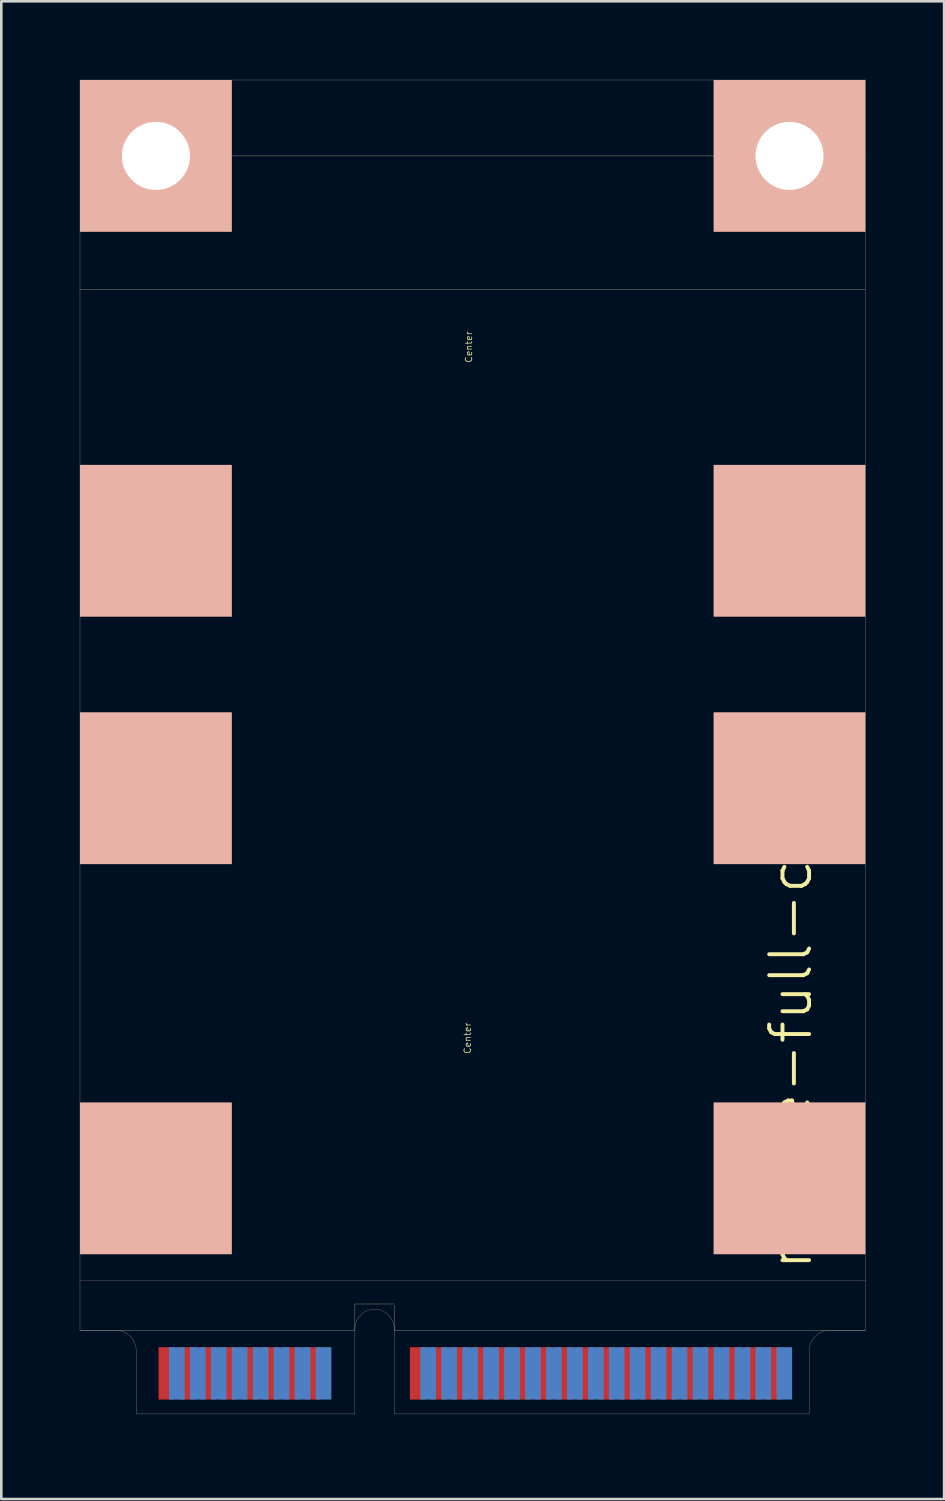
<source format=kicad_pcb>
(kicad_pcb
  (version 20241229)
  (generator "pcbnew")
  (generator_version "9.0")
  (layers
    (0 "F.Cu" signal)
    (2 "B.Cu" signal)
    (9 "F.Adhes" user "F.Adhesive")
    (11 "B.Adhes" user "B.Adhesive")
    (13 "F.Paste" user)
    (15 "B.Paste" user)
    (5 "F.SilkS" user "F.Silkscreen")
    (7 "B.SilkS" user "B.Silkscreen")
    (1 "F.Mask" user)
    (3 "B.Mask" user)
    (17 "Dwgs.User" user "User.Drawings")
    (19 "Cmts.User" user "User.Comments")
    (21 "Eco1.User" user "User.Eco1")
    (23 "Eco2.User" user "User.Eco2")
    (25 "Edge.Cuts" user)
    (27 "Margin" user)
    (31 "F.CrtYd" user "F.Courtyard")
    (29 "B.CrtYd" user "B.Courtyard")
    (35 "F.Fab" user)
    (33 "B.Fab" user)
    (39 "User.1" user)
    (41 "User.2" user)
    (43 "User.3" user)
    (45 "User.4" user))
  (footprint "mpcie-full-card"
    (layer "F.Cu")
    (at 15.005 50.955)
    (property "Reference" "mpcie-full-card" (at 12.15 -15.2 90) (layer "F.SilkS") (effects (font (size 1.524 1.524) (thickness 0.15))))
    (attr through_hole)
    (fp_line (start -15 -3.2) (end -4.5 -3.2) (stroke (width 0.01) (type solid)) (layer "F.SilkS"))
    (fp_line (start -4.5 -4.2) (end -3 -4.2) (stroke (width 0.01) (type solid)) (layer "F.SilkS"))
    (fp_line (start -4.5 -3.2) (end -4.5 -4.2) (stroke (width 0.01) (type solid)) (layer "F.SilkS"))
    (fp_line (start -3 -4.15) (end -3 -3.2) (stroke (width 0.01) (type solid)) (layer "F.SilkS"))
    (fp_line (start -3 -3.2) (end 15 -3.2) (stroke (width 0.01) (type solid)) (layer "F.SilkS"))
    (fp_line (start 15 -48.05) (end -15 -48.05) (stroke (width 0.01) (type solid)) (layer "F.SilkS"))
    (fp_line (start 15 -42.95) (end -15 -42.95) (stroke (width 0.01) (type solid)) (layer "F.SilkS"))
    (fp_line (start -15 -5.1) (end 15 -5.1) (stroke (width 0.01) (type solid)) (layer "B.SilkS"))
    (fp_line (start -3.75 -4.5) (end -3.75 -0.15) (stroke (width 0.01) (type solid)) (layer "Eco1.User"))
    (fp_line (start 0 0) (end 0 -50.95) (stroke (width 0.01) (type solid)) (layer "Eco1.User"))
    (fp_line (start 15 -3.2) (end 13.65 -3.2) (stroke (width 0.01) (type solid)) (layer "Eco2.User"))
    (fp_line (start -15 -50.95) (end -15 -3.2) (stroke (width 0.01) (type solid)) (layer "F.Fab"))
    (fp_line (start -13.65 -3.2) (end -15 -3.2) (stroke (width 0.01) (type solid)) (layer "F.Fab"))
    (fp_line (start -12.85 0) (end -12.85 -2.4) (stroke (width 0.01) (type solid)) (layer "F.Fab"))
    (fp_line (start -4.5 0) (end -12.85 0) (stroke (width 0.01) (type solid)) (layer "F.Fab"))
    (fp_line (start -4.5 0) (end -4.5 -3.25) (stroke (width 0.01) (type solid)) (layer "F.Fab"))
    (fp_line (start -3 0) (end -3 -3.25) (stroke (width 0.01) (type solid)) (layer "F.Fab"))
    (fp_line (start -3 0) (end 12.85 0) (stroke (width 0.01) (type solid)) (layer "F.Fab"))
    (fp_line (start 12.85 0) (end 12.85 -2.4) (stroke (width 0.01) (type solid)) (layer "F.Fab"))
    (fp_line (start 13.65 -3.2) (end 15 -3.2) (stroke (width 0.01) (type solid)) (layer "F.Fab"))
    (fp_line (start 15 -50.95) (end -15 -50.95) (stroke (width 0.01) (type solid)) (layer "F.Fab"))
    (fp_line (start 15 -3.2) (end 15 -50.95) (stroke (width 0.01) (type solid)) (layer "F.Fab"))
    (fp_arc (start -13.65 -3.2) (mid -13.084315 -2.965685) (end -12.85 -2.4) (stroke (width 0.01) (type solid)) (layer "F.Fab"))
    (fp_arc (start -4.5 -3.25) (mid -3.75 -4) (end -3 -3.25) (stroke (width 0.01) (type solid)) (layer "F.Fab"))
    (fp_arc (start 12.85 -2.4) (mid 13.084315 -2.965685) (end 13.65 -3.2) (stroke (width 0.01) (type solid)) (layer "F.Fab"))
    (fp_text user "Center" (at -0.15 -40.75 90) (layer "F.SilkS") (effects (font (size 0.25 0.25) (thickness 0.025))))
    (fp_text user "Center" (at -0.2 -14.35 90) (layer "F.SilkS") (effects (font (size 0.25 0.25) (thickness 0.025))))
    (pad "" np_thru_hole circle (at -12.1 -48.05) (size 2.6 2.6) (drill 2.6) (layers "*.Cu" "*.Mask" "F.SilkS"))
    (pad "" connect rect (at -12.1 -48.05) (size 5.8 5.8) (layers "B.SilkS"))
    (pad "" connect rect (at -12.1 -33.35) (size 5.8 5.8) (layers "B.SilkS"))
    (pad "" connect rect (at -12.1 -23.9) (size 5.8 5.8) (layers "B.SilkS"))
    (pad "" connect rect (at -12.1 -9) (size 5.8 5.8) (layers "B.SilkS"))
    (pad "" np_thru_hole circle (at 12.1 -48.05) (size 2.6 2.6) (drill 2.6) (layers "*.Cu" "*.Mask" "F.SilkS"))
    (pad "" connect rect (at 12.1 -48.05) (size 5.8 5.8) (layers "B.SilkS"))
    (pad "" connect rect (at 12.1 -33.35) (size 5.8 5.8) (layers "B.SilkS"))
    (pad "" connect rect (at 12.1 -23.9) (size 5.8 5.8) (layers "B.SilkS"))
    (pad "" connect rect (at 12.1 -9) (size 5.8 5.8) (layers "B.SilkS"))
    (pad "1" smd rect (at -11.7 -1.55) (size 0.6 2) (layers "F.Cu" "F.Mask"))
    (pad "2" smd rect (at -11.3 -1.55) (size 0.6 2) (layers "B.Cu" "B.Mask"))
    (pad "3" smd rect (at -10.9 -1.55) (size 0.6 2) (layers "F.Cu" "F.Mask"))
    (pad "4" smd rect (at -10.5 -1.55) (size 0.6 2) (layers "B.Cu" "B.Mask"))
    (pad "5" smd rect (at -10.1 -1.55) (size 0.6 2) (layers "F.Cu" "F.Mask"))
    (pad "6" smd rect (at -9.7 -1.55) (size 0.6 2) (layers "B.Cu" "B.Mask"))
    (pad "7" smd rect (at -9.3 -1.55) (size 0.6 2) (layers "F.Cu" "F.Mask"))
    (pad "8" smd rect (at -8.9 -1.55) (size 0.6 2) (layers "B.Cu" "B.Mask"))
    (pad "9" smd rect (at -8.5 -1.55) (size 0.6 2) (layers "F.Cu" "F.Mask"))
    (pad "10" smd rect (at -8.1 -1.55) (size 0.6 2) (layers "B.Cu" "B.Mask"))
    (pad "11" smd rect (at -7.7 -1.55) (size 0.6 2) (layers "F.Cu" "F.Mask"))
    (pad "12" smd rect (at -7.3 -1.55) (size 0.6 2) (layers "B.Cu" "B.Mask"))
    (pad "13" smd rect (at -6.9 -1.55) (size 0.6 2) (layers "F.Cu" "F.Mask"))
    (pad "14" smd rect (at -6.5 -1.55) (size 0.6 2) (layers "B.Cu" "B.Mask"))
    (pad "15" smd rect (at -6.1 -1.55) (size 0.6 2) (layers "F.Cu" "F.Mask"))
    (pad "16" smd rect (at -5.7 -1.55) (size 0.6 2) (layers "B.Cu" "B.Mask"))
    (pad "17" smd rect (at -2.1 -1.55) (size 0.6 2) (layers "F.Cu" "F.Mask"))
    (pad "18" smd rect (at -1.7 -1.55) (size 0.6 2) (layers "B.Cu" "B.Mask"))
    (pad "19" smd rect (at -1.3 -1.55) (size 0.6 2) (layers "F.Cu" "F.Mask"))
    (pad "20" smd rect (at -0.9 -1.55) (size 0.6 2) (layers "B.Cu" "B.Mask"))
    (pad "21" smd rect (at -0.5 -1.55) (size 0.6 2) (layers "F.Cu" "F.Mask"))
    (pad "22" smd rect (at -0.1 -1.55) (size 0.6 2) (layers "B.Cu" "B.Mask"))
    (pad "23" smd rect (at 0.3 -1.55) (size 0.6 2) (layers "F.Cu" "F.Mask"))
    (pad "24" smd rect (at 0.7 -1.55) (size 0.6 2) (layers "B.Cu" "B.Mask"))
    (pad "25" smd rect (at 1.1 -1.55) (size 0.6 2) (layers "F.Cu" "F.Mask"))
    (pad "26" smd rect (at 1.5 -1.55) (size 0.6 2) (layers "B.Cu" "B.Mask"))
    (pad "27" smd rect (at 1.9 -1.55) (size 0.6 2) (layers "F.Cu" "F.Mask"))
    (pad "28" smd rect (at 2.3 -1.55) (size 0.6 2) (layers "B.Cu" "B.Mask"))
    (pad "29" smd rect (at 2.7 -1.55) (size 0.6 2) (layers "F.Cu" "F.Mask"))
    (pad "30" smd rect (at 3.1 -1.55) (size 0.6 2) (layers "B.Cu" "B.Mask"))
    (pad "31" smd rect (at 3.5 -1.55) (size 0.6 2) (layers "F.Cu" "F.Mask"))
    (pad "32" smd rect (at 3.9 -1.55) (size 0.6 2) (layers "B.Cu" "B.Mask"))
    (pad "33" smd rect (at 4.3 -1.55) (size 0.6 2) (layers "F.Cu" "F.Mask"))
    (pad "34" smd rect (at 4.7 -1.55) (size 0.6 2) (layers "B.Cu" "B.Mask"))
    (pad "35" smd rect (at 5.1 -1.55) (size 0.6 2) (layers "F.Cu" "F.Mask"))
    (pad "36" smd rect (at 5.5 -1.55) (size 0.6 2) (layers "B.Cu" "B.Mask"))
    (pad "37" smd rect (at 5.9 -1.55) (size 0.6 2) (layers "F.Cu" "F.Mask"))
    (pad "38" smd rect (at 6.3 -1.55) (size 0.6 2) (layers "B.Cu" "B.Mask"))
    (pad "39" smd rect (at 6.7 -1.55) (size 0.6 2) (layers "F.Cu" "F.Mask"))
    (pad "40" smd rect (at 7.1 -1.55) (size 0.6 2) (layers "B.Cu" "B.Mask"))
    (pad "41" smd rect (at 7.5 -1.55) (size 0.6 2) (layers "F.Cu" "F.Mask"))
    (pad "42" smd rect (at 7.9 -1.55) (size 0.6 2) (layers "B.Cu" "B.Mask"))
    (pad "43" smd rect (at 8.3 -1.55) (size 0.6 2) (layers "F.Cu" "F.Mask"))
    (pad "44" smd rect (at 8.7 -1.55) (size 0.6 2) (layers "B.Cu" "B.Mask"))
    (pad "45" smd rect (at 9.1 -1.55) (size 0.6 2) (layers "F.Cu" "F.Mask"))
    (pad "46" smd rect (at 9.5 -1.55) (size 0.6 2) (layers "B.Cu" "B.Mask"))
    (pad "47" smd rect (at 9.9 -1.55) (size 0.6 2) (layers "F.Cu" "F.Mask"))
    (pad "48" smd rect (at 10.3 -1.55) (size 0.6 2) (layers "B.Cu" "B.Mask"))
    (pad "49" smd rect (at 10.7 -1.55) (size 0.6 2) (layers "F.Cu" "F.Mask"))
    (pad "50" smd rect (at 11.1 -1.55) (size 0.6 2) (layers "B.Cu" "B.Mask"))
    (pad "51" smd rect (at 11.5 -1.55) (size 0.6 2) (layers "F.Cu" "F.Mask"))
    (pad "52" smd rect (at 11.9 -1.55) (size 0.6 2) (layers "B.Cu" "B.Mask")))
  (gr_rect
    (start -3 -3)
    (end 33.01 54.205)
    (stroke (width 0.1) (type default))
    (fill no)
    (layer "Edge.Cuts")))
</source>
